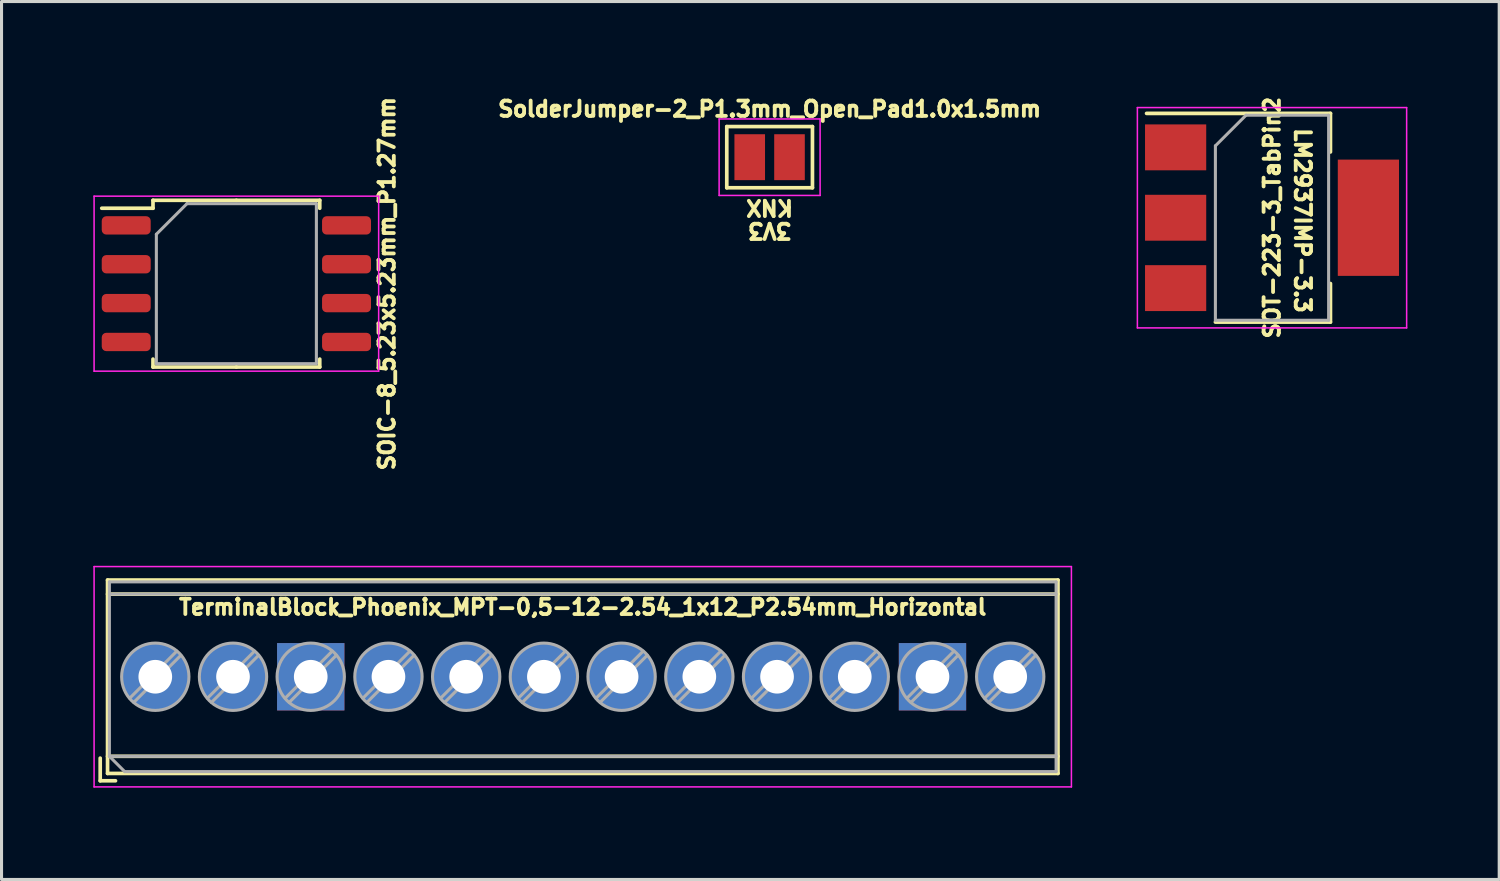
<source format=kicad_pcb>
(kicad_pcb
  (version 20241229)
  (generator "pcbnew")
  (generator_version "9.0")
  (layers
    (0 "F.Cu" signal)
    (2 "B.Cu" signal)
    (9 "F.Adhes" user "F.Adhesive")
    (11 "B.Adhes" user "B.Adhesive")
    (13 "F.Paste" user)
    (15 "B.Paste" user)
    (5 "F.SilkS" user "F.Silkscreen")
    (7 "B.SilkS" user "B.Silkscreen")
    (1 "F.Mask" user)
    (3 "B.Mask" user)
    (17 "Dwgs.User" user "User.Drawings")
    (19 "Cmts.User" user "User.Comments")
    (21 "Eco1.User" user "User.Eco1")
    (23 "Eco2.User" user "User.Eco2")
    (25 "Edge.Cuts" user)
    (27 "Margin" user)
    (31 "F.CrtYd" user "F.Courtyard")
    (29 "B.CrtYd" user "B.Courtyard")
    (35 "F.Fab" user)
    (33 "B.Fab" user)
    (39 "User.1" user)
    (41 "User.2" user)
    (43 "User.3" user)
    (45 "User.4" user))
  (footprint "SolderJumper-2_P1.3mm_Open_Pad1.0x1.5mm"
    (layer "F.Cu")
    (at 22.102 2.087)
    (property "Reference" "SolderJumper-2_P1.3mm_Open_Pad1.0x1.5mm" (at 0 -1.575 0) (layer "F.SilkS") (effects (font (size 0.5 0.5) (thickness 0.15))))
    (attr exclude_from_pos_files)
    (fp_line (start -1.4 -1) (end 1.4 -1) (stroke (width 0.12) (type solid)) (layer "F.SilkS"))
    (fp_line (start -1.4 1) (end -1.4 -1) (stroke (width 0.12) (type solid)) (layer "F.SilkS"))
    (fp_line (start 1.4 -1) (end 1.4 1) (stroke (width 0.12) (type solid)) (layer "F.SilkS"))
    (fp_line (start 1.4 1) (end -1.4 1) (stroke (width 0.12) (type solid)) (layer "F.SilkS"))
    (fp_line (start -1.65 -1.25) (end -1.65 1.25) (stroke (width 0.05) (type solid)) (layer "F.CrtYd"))
    (fp_line (start -1.65 -1.25) (end 1.65 -1.25) (stroke (width 0.05) (type solid)) (layer "F.CrtYd"))
    (fp_line (start 1.65 1.25) (end -1.65 1.25) (stroke (width 0.05) (type solid)) (layer "F.CrtYd"))
    (fp_line (start 1.65 1.25) (end 1.65 -1.25) (stroke (width 0.05) (type solid)) (layer "F.CrtYd"))
    (fp_text user "3V3" (at 0 2.4 180) (unlocked yes) (layer "F.SilkS") (effects (font (size 0.5 0.5) (thickness 0.125))))
    (fp_text user "KNX" (at 0 1.65 180) (unlocked yes) (layer "F.SilkS") (effects (font (size 0.5 0.5) (thickness 0.125))))
    (pad "1" smd rect (at -0.65 0 180) (size 1 1.5) (layers "F.Cu" "F.Mask"))
    (pad "2" smd rect (at 0.65 0 180) (size 1 1.5) (layers "F.Cu" "F.Mask")))
  (footprint "TerminalBlock_Phoenix_MPT-0,5-12-2.54_1x12_P2.54mm_Horizontal"
    (layer "F.Cu")
    (at 2.025 19.067)
    (property "Reference" "TerminalBlock_Phoenix_MPT-0,5-12-2.54_1x12_P2.54mm_Horizontal" (at 13.97 -2.275 0) (layer "F.SilkS") (effects (font (size 0.5 0.5) (thickness 0.125))))
    (attr through_hole)
    (fp_line (start -1.8 2.66) (end -1.8 3.4) (stroke (width 0.12) (type solid)) (layer "F.SilkS"))
    (fp_line (start -1.8 3.4) (end -1.3 3.4) (stroke (width 0.12) (type solid)) (layer "F.SilkS"))
    (fp_line (start -1.56 -3.16) (end -1.56 3.16) (stroke (width 0.12) (type solid)) (layer "F.SilkS"))
    (fp_line (start -1.56 -3.16) (end 29.501 -3.16) (stroke (width 0.12) (type solid)) (layer "F.SilkS"))
    (fp_line (start -1.56 -2.7) (end 29.501 -2.7) (stroke (width 0.12) (type solid)) (layer "F.SilkS"))
    (fp_line (start -1.56 2.6) (end 29.501 2.6) (stroke (width 0.12) (type solid)) (layer "F.SilkS"))
    (fp_line (start -1.56 3.16) (end 29.501 3.16) (stroke (width 0.12) (type solid)) (layer "F.SilkS"))
    (fp_line (start 29.501 -3.16) (end 29.501 3.16) (stroke (width 0.12) (type solid)) (layer "F.SilkS"))
    (fp_line (start -2 -3.6) (end -2 3.6) (stroke (width 0.05) (type solid)) (layer "F.CrtYd"))
    (fp_line (start -2 3.6) (end 29.94 3.6) (stroke (width 0.05) (type solid)) (layer "F.CrtYd"))
    (fp_line (start 29.94 -3.6) (end -2 -3.6) (stroke (width 0.05) (type solid)) (layer "F.CrtYd"))
    (fp_line (start 29.94 3.6) (end 29.94 -3.6) (stroke (width 0.05) (type solid)) (layer "F.CrtYd"))
    (fp_line (start -1.5 -3.1) (end 29.44 -3.1) (stroke (width 0.1) (type solid)) (layer "F.Fab"))
    (fp_line (start -1.5 -2.7) (end 29.44 -2.7) (stroke (width 0.1) (type solid)) (layer "F.Fab"))
    (fp_line (start -1.5 2.6) (end -1.5 -3.1) (stroke (width 0.1) (type solid)) (layer "F.Fab"))
    (fp_line (start -1.5 2.6) (end 29.44 2.6) (stroke (width 0.1) (type solid)) (layer "F.Fab"))
    (fp_line (start -1 3.1) (end -1.5 2.6) (stroke (width 0.1) (type solid)) (layer "F.Fab"))
    (fp_line (start 0.701 -0.835) (end -0.835 0.7) (stroke (width 0.1) (type solid)) (layer "F.Fab"))
    (fp_line (start 0.835 -0.7) (end -0.701 0.835) (stroke (width 0.1) (type solid)) (layer "F.Fab"))
    (fp_line (start 3.241 -0.835) (end 1.706 0.7) (stroke (width 0.1) (type solid)) (layer "F.Fab"))
    (fp_line (start 3.375 -0.7) (end 1.84 0.835) (stroke (width 0.1) (type solid)) (layer "F.Fab"))
    (fp_line (start 5.781 -0.835) (end 4.246 0.7) (stroke (width 0.1) (type solid)) (layer "F.Fab"))
    (fp_line (start 5.915 -0.7) (end 4.38 0.835) (stroke (width 0.1) (type solid)) (layer "F.Fab"))
    (fp_line (start 8.321 -0.835) (end 6.786 0.7) (stroke (width 0.1) (type solid)) (layer "F.Fab"))
    (fp_line (start 8.455 -0.7) (end 6.92 0.835) (stroke (width 0.1) (type solid)) (layer "F.Fab"))
    (fp_line (start 10.861 -0.835) (end 9.326 0.7) (stroke (width 0.1) (type solid)) (layer "F.Fab"))
    (fp_line (start 10.995 -0.7) (end 9.46 0.835) (stroke (width 0.1) (type solid)) (layer "F.Fab"))
    (fp_line (start 13.401 -0.835) (end 11.866 0.7) (stroke (width 0.1) (type solid)) (layer "F.Fab"))
    (fp_line (start 13.535 -0.7) (end 12 0.835) (stroke (width 0.1) (type solid)) (layer "F.Fab"))
    (fp_line (start 15.941 -0.835) (end 14.406 0.7) (stroke (width 0.1) (type solid)) (layer "F.Fab"))
    (fp_line (start 16.075 -0.7) (end 14.54 0.835) (stroke (width 0.1) (type solid)) (layer "F.Fab"))
    (fp_line (start 18.481 -0.835) (end 16.946 0.7) (stroke (width 0.1) (type solid)) (layer "F.Fab"))
    (fp_line (start 18.615 -0.7) (end 17.08 0.835) (stroke (width 0.1) (type solid)) (layer "F.Fab"))
    (fp_line (start 21.021 -0.835) (end 19.486 0.7) (stroke (width 0.1) (type solid)) (layer "F.Fab"))
    (fp_line (start 21.155 -0.7) (end 19.62 0.835) (stroke (width 0.1) (type solid)) (layer "F.Fab"))
    (fp_line (start 23.561 -0.835) (end 22.026 0.7) (stroke (width 0.1) (type solid)) (layer "F.Fab"))
    (fp_line (start 23.695 -0.7) (end 22.16 0.835) (stroke (width 0.1) (type solid)) (layer "F.Fab"))
    (fp_line (start 26.101 -0.835) (end 24.566 0.7) (stroke (width 0.1) (type solid)) (layer "F.Fab"))
    (fp_line (start 26.235 -0.7) (end 24.7 0.835) (stroke (width 0.1) (type solid)) (layer "F.Fab"))
    (fp_line (start 28.641 -0.835) (end 27.106 0.7) (stroke (width 0.1) (type solid)) (layer "F.Fab"))
    (fp_line (start 28.775 -0.7) (end 27.24 0.835) (stroke (width 0.1) (type solid)) (layer "F.Fab"))
    (fp_line (start 29.44 -3.1) (end 29.44 3.1) (stroke (width 0.1) (type solid)) (layer "F.Fab"))
    (fp_line (start 29.44 3.1) (end -1 3.1) (stroke (width 0.1) (type solid)) (layer "F.Fab"))
    (fp_circle (center 0 0) (end 1.1 0) (stroke (width 0.1) (type solid)) (fill no) (layer "F.Fab"))
    (fp_circle (center 2.54 0) (end 3.64 0) (stroke (width 0.1) (type solid)) (fill no) (layer "F.Fab"))
    (fp_circle (center 5.08 0) (end 6.18 0) (stroke (width 0.1) (type solid)) (fill no) (layer "F.Fab"))
    (fp_circle (center 7.62 0) (end 8.72 0) (stroke (width 0.1) (type solid)) (fill no) (layer "F.Fab"))
    (fp_circle (center 10.16 0) (end 11.26 0) (stroke (width 0.1) (type solid)) (fill no) (layer "F.Fab"))
    (fp_circle (center 12.7 0) (end 13.8 0) (stroke (width 0.1) (type solid)) (fill no) (layer "F.Fab"))
    (fp_circle (center 15.24 0) (end 16.34 0) (stroke (width 0.1) (type solid)) (fill no) (layer "F.Fab"))
    (fp_circle (center 17.78 0) (end 18.88 0) (stroke (width 0.1) (type solid)) (fill no) (layer "F.Fab"))
    (fp_circle (center 20.32 0) (end 21.42 0) (stroke (width 0.1) (type solid)) (fill no) (layer "F.Fab"))
    (fp_circle (center 22.86 0) (end 23.96 0) (stroke (width 0.1) (type solid)) (fill no) (layer "F.Fab"))
    (fp_circle (center 25.4 0) (end 26.5 0) (stroke (width 0.1) (type solid)) (fill no) (layer "F.Fab"))
    (fp_circle (center 27.94 0) (end 29.04 0) (stroke (width 0.1) (type solid)) (fill no) (layer "F.Fab"))
    (pad "1" thru_hole oval (at 0 0) (size 2.2 2.2) (drill 1.1) (layers "*.Cu" "*.Mask"))
    (pad "2" thru_hole circle (at 2.54 0) (size 2.2 2.2) (drill 1.1) (layers "*.Cu" "*.Mask"))
    (pad "3" thru_hole rect (at 5.08 0) (size 2.2 2.2) (drill 1.1) (layers "*.Cu" "*.Mask"))
    (pad "4" thru_hole circle (at 7.62 0) (size 2.2 2.2) (drill 1.1) (layers "*.Cu" "*.Mask"))
    (pad "5" thru_hole circle (at 10.16 0) (size 2.2 2.2) (drill 1.1) (layers "*.Cu" "*.Mask"))
    (pad "6" thru_hole circle (at 12.7 0) (size 2.2 2.2) (drill 1.1) (layers "*.Cu" "*.Mask"))
    (pad "7" thru_hole circle (at 15.24 0) (size 2.2 2.2) (drill 1.1) (layers "*.Cu" "*.Mask"))
    (pad "8" thru_hole circle (at 17.78 0) (size 2.2 2.2) (drill 1.1) (layers "*.Cu" "*.Mask"))
    (pad "9" thru_hole circle (at 20.32 0) (size 2.2 2.2) (drill 1.1) (layers "*.Cu" "*.Mask"))
    (pad "10" thru_hole circle (at 22.86 0) (size 2.2 2.2) (drill 1.1) (layers "*.Cu" "*.Mask"))
    (pad "11" thru_hole rect (at 25.4 0) (size 2.2 2.2) (drill 1.1) (layers "*.Cu" "*.Mask"))
    (pad "12" thru_hole circle (at 27.94 0) (size 2.2 2.2) (drill 1.1) (layers "*.Cu" "*.Mask")))
  (footprint "SOIC-8_5.23x5.23mm_P1.27mm"
    (layer "F.Cu")
    (at 4.675 6.221)
    (property "Reference" "SOIC-8_5.23x5.23mm_P1.27mm" (at 4.92 0 90) (layer "F.SilkS") (effects (font (size 0.5 0.5) (thickness 0.15))))
    (attr smd)
    (fp_line (start -2.725 -2.725) (end -2.725 -2.465) (stroke (width 0.12) (type solid)) (layer "F.SilkS"))
    (fp_line (start -2.725 -2.465) (end -4.4 -2.465) (stroke (width 0.12) (type solid)) (layer "F.SilkS"))
    (fp_line (start -2.725 2.725) (end -2.725 2.465) (stroke (width 0.12) (type solid)) (layer "F.SilkS"))
    (fp_line (start 0 -2.725) (end -2.725 -2.725) (stroke (width 0.12) (type solid)) (layer "F.SilkS"))
    (fp_line (start 0 -2.725) (end 2.725 -2.725) (stroke (width 0.12) (type solid)) (layer "F.SilkS"))
    (fp_line (start 0 2.725) (end -2.725 2.725) (stroke (width 0.12) (type solid)) (layer "F.SilkS"))
    (fp_line (start 0 2.725) (end 2.725 2.725) (stroke (width 0.12) (type solid)) (layer "F.SilkS"))
    (fp_line (start 2.725 -2.725) (end 2.725 -2.465) (stroke (width 0.12) (type solid)) (layer "F.SilkS"))
    (fp_line (start 2.725 2.725) (end 2.725 2.465) (stroke (width 0.12) (type solid)) (layer "F.SilkS"))
    (fp_line (start -4.65 -2.86) (end -4.65 2.86) (stroke (width 0.05) (type solid)) (layer "F.CrtYd"))
    (fp_line (start -4.65 2.86) (end 4.65 2.86) (stroke (width 0.05) (type solid)) (layer "F.CrtYd"))
    (fp_line (start 4.65 -2.86) (end -4.65 -2.86) (stroke (width 0.05) (type solid)) (layer "F.CrtYd"))
    (fp_line (start 4.65 2.86) (end 4.65 -2.86) (stroke (width 0.05) (type solid)) (layer "F.CrtYd"))
    (fp_line (start -2.615 -1.615) (end -1.615 -2.615) (stroke (width 0.1) (type solid)) (layer "F.Fab"))
    (fp_line (start -2.615 2.615) (end -2.615 -1.615) (stroke (width 0.1) (type solid)) (layer "F.Fab"))
    (fp_line (start -1.615 -2.615) (end 2.615 -2.615) (stroke (width 0.1) (type solid)) (layer "F.Fab"))
    (fp_line (start 2.615 -2.615) (end 2.615 2.615) (stroke (width 0.1) (type solid)) (layer "F.Fab"))
    (fp_line (start 2.615 2.615) (end -2.615 2.615) (stroke (width 0.1) (type solid)) (layer "F.Fab"))
    (pad "1" smd roundrect (at -3.6 -1.905 180) (size 1.6 0.6) (layers "F.Cu" "F.Mask" "F.Paste") (roundrect_rratio 0.25))
    (pad "2" smd roundrect (at -3.6 -0.635 180) (size 1.6 0.6) (layers "F.Cu" "F.Mask" "F.Paste") (roundrect_rratio 0.25))
    (pad "3" smd roundrect (at -3.6 0.635 180) (size 1.6 0.6) (layers "F.Cu" "F.Mask" "F.Paste") (roundrect_rratio 0.25))
    (pad "4" smd roundrect (at -3.6 1.905 180) (size 1.6 0.6) (layers "F.Cu" "F.Mask" "F.Paste") (roundrect_rratio 0.25))
    (pad "5" smd roundrect (at 3.6 1.905 180) (size 1.6 0.6) (layers "F.Cu" "F.Mask" "F.Paste") (roundrect_rratio 0.25))
    (pad "6" smd roundrect (at 3.6 0.635 180) (size 1.6 0.6) (layers "F.Cu" "F.Mask" "F.Paste") (roundrect_rratio 0.25))
    (pad "7" smd roundrect (at 3.6 -0.635 180) (size 1.6 0.6) (layers "F.Cu" "F.Mask" "F.Paste") (roundrect_rratio 0.25))
    (pad "8" smd roundrect (at 3.6 -1.905 180) (size 1.6 0.6) (layers "F.Cu" "F.Mask" "F.Paste") (roundrect_rratio 0.25)))
  (footprint "SOT-223-3_TabPin2"
    (layer "F.Cu")
    (at 38.521 4.066)
    (property "Reference" "SOT-223-3_TabPin2" (at 0 0 270) (layer "F.SilkS") (effects (font (size 0.5 0.5) (thickness 0.125))))
    (attr smd)
    (fp_line (start -4.1 -3.41) (end 1.91 -3.41) (stroke (width 0.12) (type solid)) (layer "F.SilkS"))
    (fp_line (start -1.85 3.41) (end 1.91 3.41) (stroke (width 0.12) (type solid)) (layer "F.SilkS"))
    (fp_line (start 1.91 -3.41) (end 1.91 -2.15) (stroke (width 0.12) (type solid)) (layer "F.SilkS"))
    (fp_line (start 1.91 3.41) (end 1.91 2.15) (stroke (width 0.12) (type solid)) (layer "F.SilkS"))
    (fp_line (start -4.4 -3.6) (end -4.4 3.6) (stroke (width 0.05) (type solid)) (layer "F.CrtYd"))
    (fp_line (start -4.4 3.6) (end 4.4 3.6) (stroke (width 0.05) (type solid)) (layer "F.CrtYd"))
    (fp_line (start 4.4 -3.6) (end -4.4 -3.6) (stroke (width 0.05) (type solid)) (layer "F.CrtYd"))
    (fp_line (start 4.4 3.6) (end 4.4 -3.6) (stroke (width 0.05) (type solid)) (layer "F.CrtYd"))
    (fp_line (start -1.85 -2.35) (end -1.85 3.35) (stroke (width 0.1) (type solid)) (layer "F.Fab"))
    (fp_line (start -1.85 -2.35) (end -0.85 -3.35) (stroke (width 0.1) (type solid)) (layer "F.Fab"))
    (fp_line (start -1.85 3.35) (end 1.85 3.35) (stroke (width 0.1) (type solid)) (layer "F.Fab"))
    (fp_line (start -0.85 -3.35) (end 1.85 -3.35) (stroke (width 0.1) (type solid)) (layer "F.Fab"))
    (fp_line (start 1.85 -3.35) (end 1.85 3.35) (stroke (width 0.1) (type solid)) (layer "F.Fab"))
    (fp_text user "LM2937IMP-3.3" (at 1 0.091 270) (unlocked yes) (layer "F.SilkS") (effects (font (size 0.5 0.5) (thickness 0.125))))
    (pad "1" smd rect (at -3.15 -2.3) (size 2 1.5) (layers "F.Cu" "F.Mask" "F.Paste"))
    (pad "2" smd rect (at -3.15 0) (size 2 1.5) (layers "F.Cu" "F.Mask" "F.Paste"))
    (pad "2" smd rect (at 3.15 0) (size 2 3.8) (layers "F.Cu" "F.Mask" "F.Paste"))
    (pad "3" smd rect (at -3.15 2.3) (size 2 1.5) (layers "F.Cu" "F.Mask" "F.Paste")))
  (gr_rect
    (start -3 -3)
    (end 45.946 25.692)
    (stroke (width 0.1) (type default))
    (fill no)
    (layer "Edge.Cuts")))
</source>
